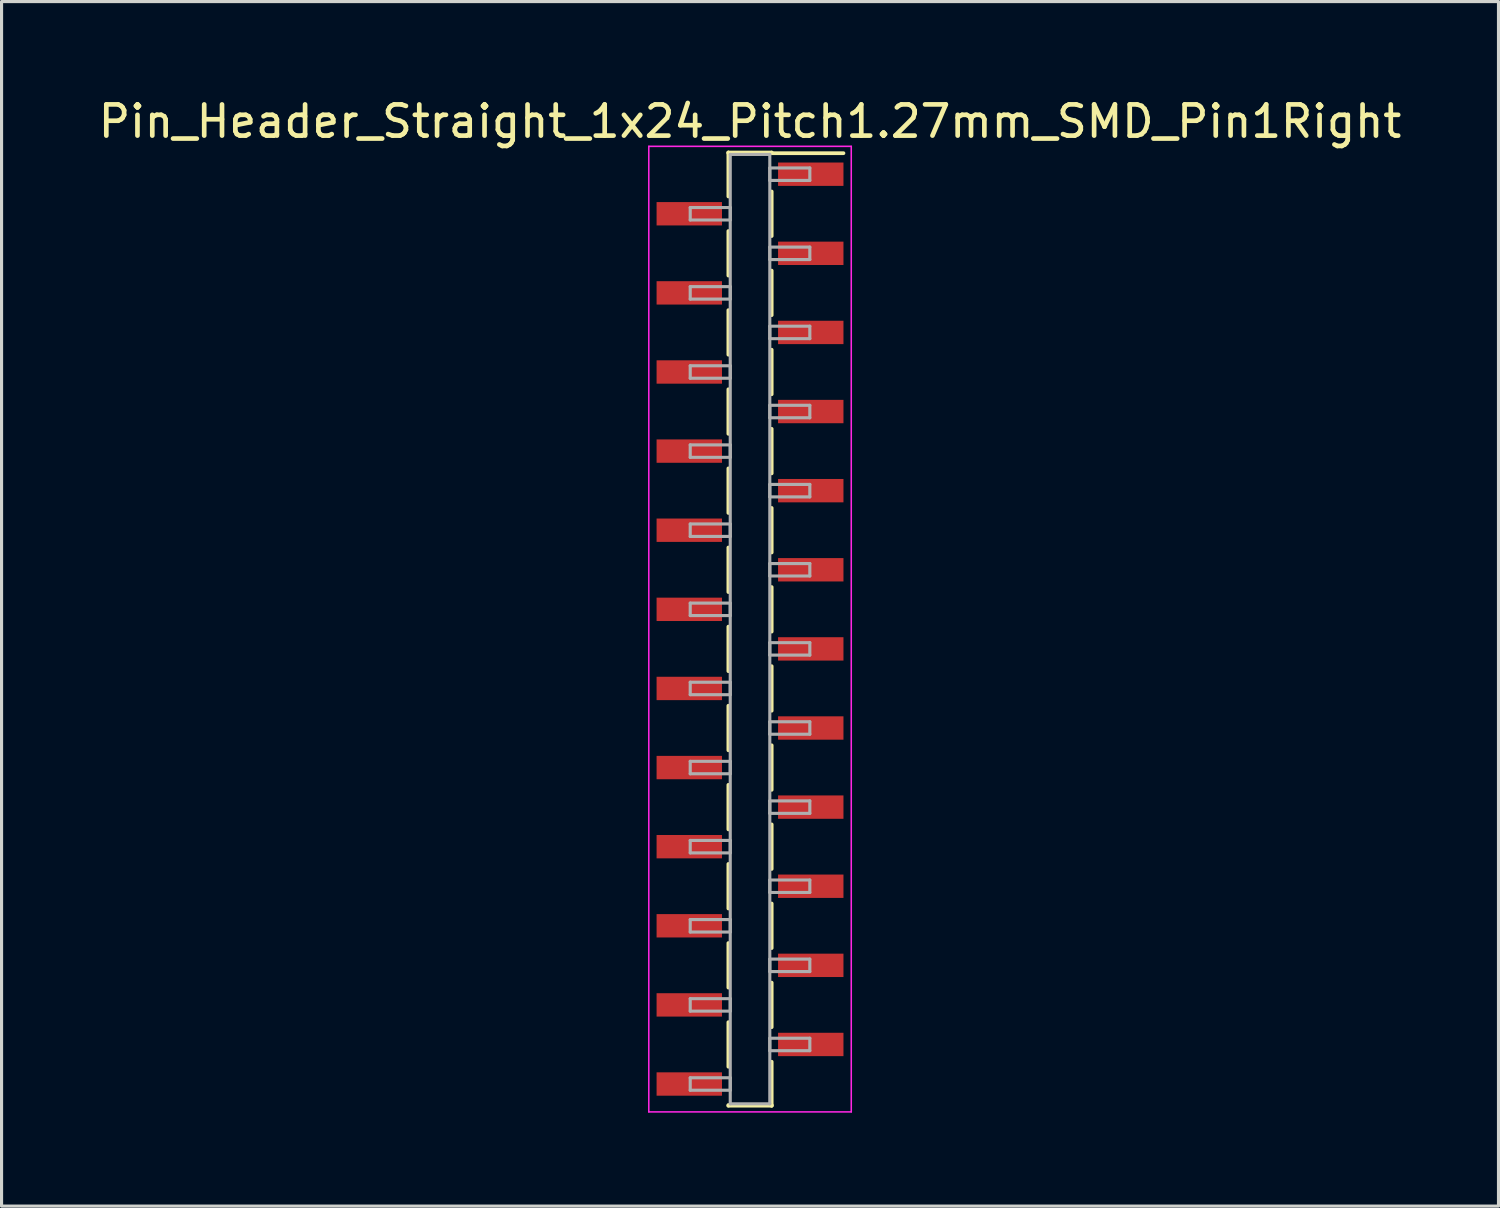
<source format=kicad_pcb>
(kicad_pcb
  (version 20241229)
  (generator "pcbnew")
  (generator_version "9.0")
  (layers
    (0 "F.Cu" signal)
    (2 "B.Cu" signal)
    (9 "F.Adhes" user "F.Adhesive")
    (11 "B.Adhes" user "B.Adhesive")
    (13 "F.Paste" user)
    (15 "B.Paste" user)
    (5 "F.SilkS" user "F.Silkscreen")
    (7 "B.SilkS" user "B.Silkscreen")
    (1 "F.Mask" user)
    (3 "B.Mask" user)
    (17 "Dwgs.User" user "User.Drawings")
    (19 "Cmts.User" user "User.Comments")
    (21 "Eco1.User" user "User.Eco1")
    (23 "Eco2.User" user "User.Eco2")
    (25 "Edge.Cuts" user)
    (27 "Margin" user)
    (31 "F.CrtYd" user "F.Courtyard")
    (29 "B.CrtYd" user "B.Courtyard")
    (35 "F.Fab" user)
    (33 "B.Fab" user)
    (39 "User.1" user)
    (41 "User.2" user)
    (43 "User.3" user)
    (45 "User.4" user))
  (footprint "Pin_Header_Straight_1x24_Pitch1.27mm_SMD_Pin1Right"
    (layer "F.Cu")
    (at 21.03 17.148)
    (property "Reference" "Pin_Header_Straight_1x24_Pitch1.27mm_SMD_Pin1Right" (at 0 -16.3 0) (layer "F.SilkS") (effects (font (size 1 1) (thickness 0.15))))
    (attr smd)
    (fp_line (start -0.695 -15.3) (end -0.695 -13.89) (stroke (width 0.12) (type solid)) (layer "F.SilkS"))
    (fp_line (start -0.695 -15.3) (end 0.695 -15.3) (stroke (width 0.12) (type solid)) (layer "F.SilkS"))
    (fp_line (start -0.695 -15.28) (end -0.695 -15.3) (stroke (width 0.12) (type solid)) (layer "F.SilkS"))
    (fp_line (start -0.695 -12.78) (end -0.695 -11.35) (stroke (width 0.12) (type solid)) (layer "F.SilkS"))
    (fp_line (start -0.695 -10.24) (end -0.695 -8.81) (stroke (width 0.12) (type solid)) (layer "F.SilkS"))
    (fp_line (start -0.695 -7.7) (end -0.695 -6.27) (stroke (width 0.12) (type solid)) (layer "F.SilkS"))
    (fp_line (start -0.695 -5.16) (end -0.695 -3.73) (stroke (width 0.12) (type solid)) (layer "F.SilkS"))
    (fp_line (start -0.695 -2.62) (end -0.695 -1.19) (stroke (width 0.12) (type solid)) (layer "F.SilkS"))
    (fp_line (start -0.695 -0.08) (end -0.695 1.35) (stroke (width 0.12) (type solid)) (layer "F.SilkS"))
    (fp_line (start -0.695 2.46) (end -0.695 3.89) (stroke (width 0.12) (type solid)) (layer "F.SilkS"))
    (fp_line (start -0.695 5) (end -0.695 6.43) (stroke (width 0.12) (type solid)) (layer "F.SilkS"))
    (fp_line (start -0.695 7.54) (end -0.695 8.97) (stroke (width 0.12) (type solid)) (layer "F.SilkS"))
    (fp_line (start -0.695 10.08) (end -0.695 11.51) (stroke (width 0.12) (type solid)) (layer "F.SilkS"))
    (fp_line (start -0.695 12.62) (end -0.695 14.05) (stroke (width 0.12) (type solid)) (layer "F.SilkS"))
    (fp_line (start -0.695 15.28) (end -0.695 15.3) (stroke (width 0.12) (type solid)) (layer "F.SilkS"))
    (fp_line (start -0.695 15.3) (end 0.695 15.3) (stroke (width 0.12) (type solid)) (layer "F.SilkS"))
    (fp_line (start 0.695 -15.3) (end 0.695 -15.28) (stroke (width 0.12) (type solid)) (layer "F.SilkS"))
    (fp_line (start 0.695 -15.28) (end 3 -15.28) (stroke (width 0.12) (type solid)) (layer "F.SilkS"))
    (fp_line (start 0.695 -14.05) (end 0.695 -12.62) (stroke (width 0.12) (type solid)) (layer "F.SilkS"))
    (fp_line (start 0.695 -11.51) (end 0.695 -10.08) (stroke (width 0.12) (type solid)) (layer "F.SilkS"))
    (fp_line (start 0.695 -8.97) (end 0.695 -7.54) (stroke (width 0.12) (type solid)) (layer "F.SilkS"))
    (fp_line (start 0.695 -6.43) (end 0.695 -5) (stroke (width 0.12) (type solid)) (layer "F.SilkS"))
    (fp_line (start 0.695 -3.89) (end 0.695 -2.46) (stroke (width 0.12) (type solid)) (layer "F.SilkS"))
    (fp_line (start 0.695 -1.35) (end 0.695 0.08) (stroke (width 0.12) (type solid)) (layer "F.SilkS"))
    (fp_line (start 0.695 1.19) (end 0.695 2.62) (stroke (width 0.12) (type solid)) (layer "F.SilkS"))
    (fp_line (start 0.695 3.73) (end 0.695 5.16) (stroke (width 0.12) (type solid)) (layer "F.SilkS"))
    (fp_line (start 0.695 6.27) (end 0.695 7.7) (stroke (width 0.12) (type solid)) (layer "F.SilkS"))
    (fp_line (start 0.695 8.81) (end 0.695 10.24) (stroke (width 0.12) (type solid)) (layer "F.SilkS"))
    (fp_line (start 0.695 11.35) (end 0.695 12.78) (stroke (width 0.12) (type solid)) (layer "F.SilkS"))
    (fp_line (start 0.695 13.89) (end 0.695 15.3) (stroke (width 0.12) (type solid)) (layer "F.SilkS"))
    (fp_line (start 0.695 15.3) (end 0.695 15.28) (stroke (width 0.12) (type solid)) (layer "F.SilkS"))
    (fp_line (start -3.25 -15.5) (end -3.25 15.5) (stroke (width 0.05) (type solid)) (layer "F.CrtYd"))
    (fp_line (start -3.25 15.5) (end 3.25 15.5) (stroke (width 0.05) (type solid)) (layer "F.CrtYd"))
    (fp_line (start 3.25 -15.5) (end -3.25 -15.5) (stroke (width 0.05) (type solid)) (layer "F.CrtYd"))
    (fp_line (start 3.25 15.5) (end 3.25 -15.5) (stroke (width 0.05) (type solid)) (layer "F.CrtYd"))
    (fp_line (start -1.92 -13.535) (end -0.635 -13.535) (stroke (width 0.1) (type solid)) (layer "F.Fab"))
    (fp_line (start -1.92 -13.135) (end -1.92 -13.535) (stroke (width 0.1) (type solid)) (layer "F.Fab"))
    (fp_line (start -1.92 -10.995) (end -0.635 -10.995) (stroke (width 0.1) (type solid)) (layer "F.Fab"))
    (fp_line (start -1.92 -10.595) (end -1.92 -10.995) (stroke (width 0.1) (type solid)) (layer "F.Fab"))
    (fp_line (start -1.92 -8.455) (end -0.635 -8.455) (stroke (width 0.1) (type solid)) (layer "F.Fab"))
    (fp_line (start -1.92 -8.055) (end -1.92 -8.455) (stroke (width 0.1) (type solid)) (layer "F.Fab"))
    (fp_line (start -1.92 -5.915) (end -0.635 -5.915) (stroke (width 0.1) (type solid)) (layer "F.Fab"))
    (fp_line (start -1.92 -5.515) (end -1.92 -5.915) (stroke (width 0.1) (type solid)) (layer "F.Fab"))
    (fp_line (start -1.92 -3.375) (end -0.635 -3.375) (stroke (width 0.1) (type solid)) (layer "F.Fab"))
    (fp_line (start -1.92 -2.975) (end -1.92 -3.375) (stroke (width 0.1) (type solid)) (layer "F.Fab"))
    (fp_line (start -1.92 -0.835) (end -0.635 -0.835) (stroke (width 0.1) (type solid)) (layer "F.Fab"))
    (fp_line (start -1.92 -0.435) (end -1.92 -0.835) (stroke (width 0.1) (type solid)) (layer "F.Fab"))
    (fp_line (start -1.92 1.705) (end -0.635 1.705) (stroke (width 0.1) (type solid)) (layer "F.Fab"))
    (fp_line (start -1.92 2.105) (end -1.92 1.705) (stroke (width 0.1) (type solid)) (layer "F.Fab"))
    (fp_line (start -1.92 4.245) (end -0.635 4.245) (stroke (width 0.1) (type solid)) (layer "F.Fab"))
    (fp_line (start -1.92 4.645) (end -1.92 4.245) (stroke (width 0.1) (type solid)) (layer "F.Fab"))
    (fp_line (start -1.92 6.785) (end -0.635 6.785) (stroke (width 0.1) (type solid)) (layer "F.Fab"))
    (fp_line (start -1.92 7.185) (end -1.92 6.785) (stroke (width 0.1) (type solid)) (layer "F.Fab"))
    (fp_line (start -1.92 9.325) (end -0.635 9.325) (stroke (width 0.1) (type solid)) (layer "F.Fab"))
    (fp_line (start -1.92 9.725) (end -1.92 9.325) (stroke (width 0.1) (type solid)) (layer "F.Fab"))
    (fp_line (start -1.92 11.865) (end -0.635 11.865) (stroke (width 0.1) (type solid)) (layer "F.Fab"))
    (fp_line (start -1.92 12.265) (end -1.92 11.865) (stroke (width 0.1) (type solid)) (layer "F.Fab"))
    (fp_line (start -1.92 14.405) (end -0.635 14.405) (stroke (width 0.1) (type solid)) (layer "F.Fab"))
    (fp_line (start -1.92 14.805) (end -1.92 14.405) (stroke (width 0.1) (type solid)) (layer "F.Fab"))
    (fp_line (start -0.635 -15.24) (end -0.635 15.24) (stroke (width 0.1) (type solid)) (layer "F.Fab"))
    (fp_line (start -0.635 -13.535) (end -0.635 -13.135) (stroke (width 0.1) (type solid)) (layer "F.Fab"))
    (fp_line (start -0.635 -13.135) (end -1.92 -13.135) (stroke (width 0.1) (type solid)) (layer "F.Fab"))
    (fp_line (start -0.635 -10.995) (end -0.635 -10.595) (stroke (width 0.1) (type solid)) (layer "F.Fab"))
    (fp_line (start -0.635 -10.595) (end -1.92 -10.595) (stroke (width 0.1) (type solid)) (layer "F.Fab"))
    (fp_line (start -0.635 -8.455) (end -0.635 -8.055) (stroke (width 0.1) (type solid)) (layer "F.Fab"))
    (fp_line (start -0.635 -8.055) (end -1.92 -8.055) (stroke (width 0.1) (type solid)) (layer "F.Fab"))
    (fp_line (start -0.635 -5.915) (end -0.635 -5.515) (stroke (width 0.1) (type solid)) (layer "F.Fab"))
    (fp_line (start -0.635 -5.515) (end -1.92 -5.515) (stroke (width 0.1) (type solid)) (layer "F.Fab"))
    (fp_line (start -0.635 -3.375) (end -0.635 -2.975) (stroke (width 0.1) (type solid)) (layer "F.Fab"))
    (fp_line (start -0.635 -2.975) (end -1.92 -2.975) (stroke (width 0.1) (type solid)) (layer "F.Fab"))
    (fp_line (start -0.635 -0.835) (end -0.635 -0.435) (stroke (width 0.1) (type solid)) (layer "F.Fab"))
    (fp_line (start -0.635 -0.435) (end -1.92 -0.435) (stroke (width 0.1) (type solid)) (layer "F.Fab"))
    (fp_line (start -0.635 1.705) (end -0.635 2.105) (stroke (width 0.1) (type solid)) (layer "F.Fab"))
    (fp_line (start -0.635 2.105) (end -1.92 2.105) (stroke (width 0.1) (type solid)) (layer "F.Fab"))
    (fp_line (start -0.635 4.245) (end -0.635 4.645) (stroke (width 0.1) (type solid)) (layer "F.Fab"))
    (fp_line (start -0.635 4.645) (end -1.92 4.645) (stroke (width 0.1) (type solid)) (layer "F.Fab"))
    (fp_line (start -0.635 6.785) (end -0.635 7.185) (stroke (width 0.1) (type solid)) (layer "F.Fab"))
    (fp_line (start -0.635 7.185) (end -1.92 7.185) (stroke (width 0.1) (type solid)) (layer "F.Fab"))
    (fp_line (start -0.635 9.325) (end -0.635 9.725) (stroke (width 0.1) (type solid)) (layer "F.Fab"))
    (fp_line (start -0.635 9.725) (end -1.92 9.725) (stroke (width 0.1) (type solid)) (layer "F.Fab"))
    (fp_line (start -0.635 11.865) (end -0.635 12.265) (stroke (width 0.1) (type solid)) (layer "F.Fab"))
    (fp_line (start -0.635 12.265) (end -1.92 12.265) (stroke (width 0.1) (type solid)) (layer "F.Fab"))
    (fp_line (start -0.635 14.405) (end -0.635 14.805) (stroke (width 0.1) (type solid)) (layer "F.Fab"))
    (fp_line (start -0.635 14.805) (end -1.92 14.805) (stroke (width 0.1) (type solid)) (layer "F.Fab"))
    (fp_line (start -0.635 15.24) (end 0.635 15.24) (stroke (width 0.1) (type solid)) (layer "F.Fab"))
    (fp_line (start 0.635 -15.24) (end -0.635 -15.24) (stroke (width 0.1) (type solid)) (layer "F.Fab"))
    (fp_line (start 0.635 -14.805) (end 0.635 -14.405) (stroke (width 0.1) (type solid)) (layer "F.Fab"))
    (fp_line (start 0.635 -14.405) (end 1.92 -14.405) (stroke (width 0.1) (type solid)) (layer "F.Fab"))
    (fp_line (start 0.635 -12.265) (end 0.635 -11.865) (stroke (width 0.1) (type solid)) (layer "F.Fab"))
    (fp_line (start 0.635 -11.865) (end 1.92 -11.865) (stroke (width 0.1) (type solid)) (layer "F.Fab"))
    (fp_line (start 0.635 -9.725) (end 0.635 -9.325) (stroke (width 0.1) (type solid)) (layer "F.Fab"))
    (fp_line (start 0.635 -9.325) (end 1.92 -9.325) (stroke (width 0.1) (type solid)) (layer "F.Fab"))
    (fp_line (start 0.635 -7.185) (end 0.635 -6.785) (stroke (width 0.1) (type solid)) (layer "F.Fab"))
    (fp_line (start 0.635 -6.785) (end 1.92 -6.785) (stroke (width 0.1) (type solid)) (layer "F.Fab"))
    (fp_line (start 0.635 -4.645) (end 0.635 -4.245) (stroke (width 0.1) (type solid)) (layer "F.Fab"))
    (fp_line (start 0.635 -4.245) (end 1.92 -4.245) (stroke (width 0.1) (type solid)) (layer "F.Fab"))
    (fp_line (start 0.635 -2.105) (end 0.635 -1.705) (stroke (width 0.1) (type solid)) (layer "F.Fab"))
    (fp_line (start 0.635 -1.705) (end 1.92 -1.705) (stroke (width 0.1) (type solid)) (layer "F.Fab"))
    (fp_line (start 0.635 0.435) (end 0.635 0.835) (stroke (width 0.1) (type solid)) (layer "F.Fab"))
    (fp_line (start 0.635 0.835) (end 1.92 0.835) (stroke (width 0.1) (type solid)) (layer "F.Fab"))
    (fp_line (start 0.635 2.975) (end 0.635 3.375) (stroke (width 0.1) (type solid)) (layer "F.Fab"))
    (fp_line (start 0.635 3.375) (end 1.92 3.375) (stroke (width 0.1) (type solid)) (layer "F.Fab"))
    (fp_line (start 0.635 5.515) (end 0.635 5.915) (stroke (width 0.1) (type solid)) (layer "F.Fab"))
    (fp_line (start 0.635 5.915) (end 1.92 5.915) (stroke (width 0.1) (type solid)) (layer "F.Fab"))
    (fp_line (start 0.635 8.055) (end 0.635 8.455) (stroke (width 0.1) (type solid)) (layer "F.Fab"))
    (fp_line (start 0.635 8.455) (end 1.92 8.455) (stroke (width 0.1) (type solid)) (layer "F.Fab"))
    (fp_line (start 0.635 10.595) (end 0.635 10.995) (stroke (width 0.1) (type solid)) (layer "F.Fab"))
    (fp_line (start 0.635 10.995) (end 1.92 10.995) (stroke (width 0.1) (type solid)) (layer "F.Fab"))
    (fp_line (start 0.635 13.135) (end 0.635 13.535) (stroke (width 0.1) (type solid)) (layer "F.Fab"))
    (fp_line (start 0.635 13.535) (end 1.92 13.535) (stroke (width 0.1) (type solid)) (layer "F.Fab"))
    (fp_line (start 0.635 15.24) (end 0.635 -15.24) (stroke (width 0.1) (type solid)) (layer "F.Fab"))
    (fp_line (start 1.92 -14.805) (end 0.635 -14.805) (stroke (width 0.1) (type solid)) (layer "F.Fab"))
    (fp_line (start 1.92 -14.405) (end 1.92 -14.805) (stroke (width 0.1) (type solid)) (layer "F.Fab"))
    (fp_line (start 1.92 -12.265) (end 0.635 -12.265) (stroke (width 0.1) (type solid)) (layer "F.Fab"))
    (fp_line (start 1.92 -11.865) (end 1.92 -12.265) (stroke (width 0.1) (type solid)) (layer "F.Fab"))
    (fp_line (start 1.92 -9.725) (end 0.635 -9.725) (stroke (width 0.1) (type solid)) (layer "F.Fab"))
    (fp_line (start 1.92 -9.325) (end 1.92 -9.725) (stroke (width 0.1) (type solid)) (layer "F.Fab"))
    (fp_line (start 1.92 -7.185) (end 0.635 -7.185) (stroke (width 0.1) (type solid)) (layer "F.Fab"))
    (fp_line (start 1.92 -6.785) (end 1.92 -7.185) (stroke (width 0.1) (type solid)) (layer "F.Fab"))
    (fp_line (start 1.92 -4.645) (end 0.635 -4.645) (stroke (width 0.1) (type solid)) (layer "F.Fab"))
    (fp_line (start 1.92 -4.245) (end 1.92 -4.645) (stroke (width 0.1) (type solid)) (layer "F.Fab"))
    (fp_line (start 1.92 -2.105) (end 0.635 -2.105) (stroke (width 0.1) (type solid)) (layer "F.Fab"))
    (fp_line (start 1.92 -1.705) (end 1.92 -2.105) (stroke (width 0.1) (type solid)) (layer "F.Fab"))
    (fp_line (start 1.92 0.435) (end 0.635 0.435) (stroke (width 0.1) (type solid)) (layer "F.Fab"))
    (fp_line (start 1.92 0.835) (end 1.92 0.435) (stroke (width 0.1) (type solid)) (layer "F.Fab"))
    (fp_line (start 1.92 2.975) (end 0.635 2.975) (stroke (width 0.1) (type solid)) (layer "F.Fab"))
    (fp_line (start 1.92 3.375) (end 1.92 2.975) (stroke (width 0.1) (type solid)) (layer "F.Fab"))
    (fp_line (start 1.92 5.515) (end 0.635 5.515) (stroke (width 0.1) (type solid)) (layer "F.Fab"))
    (fp_line (start 1.92 5.915) (end 1.92 5.515) (stroke (width 0.1) (type solid)) (layer "F.Fab"))
    (fp_line (start 1.92 8.055) (end 0.635 8.055) (stroke (width 0.1) (type solid)) (layer "F.Fab"))
    (fp_line (start 1.92 8.455) (end 1.92 8.055) (stroke (width 0.1) (type solid)) (layer "F.Fab"))
    (fp_line (start 1.92 10.595) (end 0.635 10.595) (stroke (width 0.1) (type solid)) (layer "F.Fab"))
    (fp_line (start 1.92 10.995) (end 1.92 10.595) (stroke (width 0.1) (type solid)) (layer "F.Fab"))
    (fp_line (start 1.92 13.135) (end 0.635 13.135) (stroke (width 0.1) (type solid)) (layer "F.Fab"))
    (fp_line (start 1.92 13.535) (end 1.92 13.135) (stroke (width 0.1) (type solid)) (layer "F.Fab"))
    (pad "1" smd rect (at 1.95 -14.605) (size 2.1 0.75) (layers "F.Cu" "F.Mask"))
    (pad "2" smd rect (at -1.95 -13.335) (size 2.1 0.75) (layers "F.Cu" "F.Mask"))
    (pad "3" smd rect (at 1.95 -12.065) (size 2.1 0.75) (layers "F.Cu" "F.Mask"))
    (pad "4" smd rect (at -1.95 -10.795) (size 2.1 0.75) (layers "F.Cu" "F.Mask"))
    (pad "5" smd rect (at 1.95 -9.525) (size 2.1 0.75) (layers "F.Cu" "F.Mask"))
    (pad "6" smd rect (at -1.95 -8.255) (size 2.1 0.75) (layers "F.Cu" "F.Mask"))
    (pad "7" smd rect (at 1.95 -6.985) (size 2.1 0.75) (layers "F.Cu" "F.Mask"))
    (pad "8" smd rect (at -1.95 -5.715) (size 2.1 0.75) (layers "F.Cu" "F.Mask"))
    (pad "9" smd rect (at 1.95 -4.445) (size 2.1 0.75) (layers "F.Cu" "F.Mask"))
    (pad "10" smd rect (at -1.95 -3.175) (size 2.1 0.75) (layers "F.Cu" "F.Mask"))
    (pad "11" smd rect (at 1.95 -1.905) (size 2.1 0.75) (layers "F.Cu" "F.Mask"))
    (pad "12" smd rect (at -1.95 -0.635) (size 2.1 0.75) (layers "F.Cu" "F.Mask"))
    (pad "13" smd rect (at 1.95 0.635) (size 2.1 0.75) (layers "F.Cu" "F.Mask"))
    (pad "14" smd rect (at -1.95 1.905) (size 2.1 0.75) (layers "F.Cu" "F.Mask"))
    (pad "15" smd rect (at 1.95 3.175) (size 2.1 0.75) (layers "F.Cu" "F.Mask"))
    (pad "16" smd rect (at -1.95 4.445) (size 2.1 0.75) (layers "F.Cu" "F.Mask"))
    (pad "17" smd rect (at 1.95 5.715) (size 2.1 0.75) (layers "F.Cu" "F.Mask"))
    (pad "18" smd rect (at -1.95 6.985) (size 2.1 0.75) (layers "F.Cu" "F.Mask"))
    (pad "19" smd rect (at 1.95 8.255) (size 2.1 0.75) (layers "F.Cu" "F.Mask"))
    (pad "20" smd rect (at -1.95 9.525) (size 2.1 0.75) (layers "F.Cu" "F.Mask"))
    (pad "21" smd rect (at 1.95 10.795) (size 2.1 0.75) (layers "F.Cu" "F.Mask"))
    (pad "22" smd rect (at -1.95 12.065) (size 2.1 0.75) (layers "F.Cu" "F.Mask"))
    (pad "23" smd rect (at 1.95 13.335) (size 2.1 0.75) (layers "F.Cu" "F.Mask"))
    (pad "24" smd rect (at -1.95 14.605) (size 2.1 0.75) (layers "F.Cu" "F.Mask")))
  (gr_rect
    (start -3 -3)
    (end 45.06 35.673)
    (stroke (width 0.1) (type default))
    (fill no)
    (layer "Edge.Cuts")))
</source>
